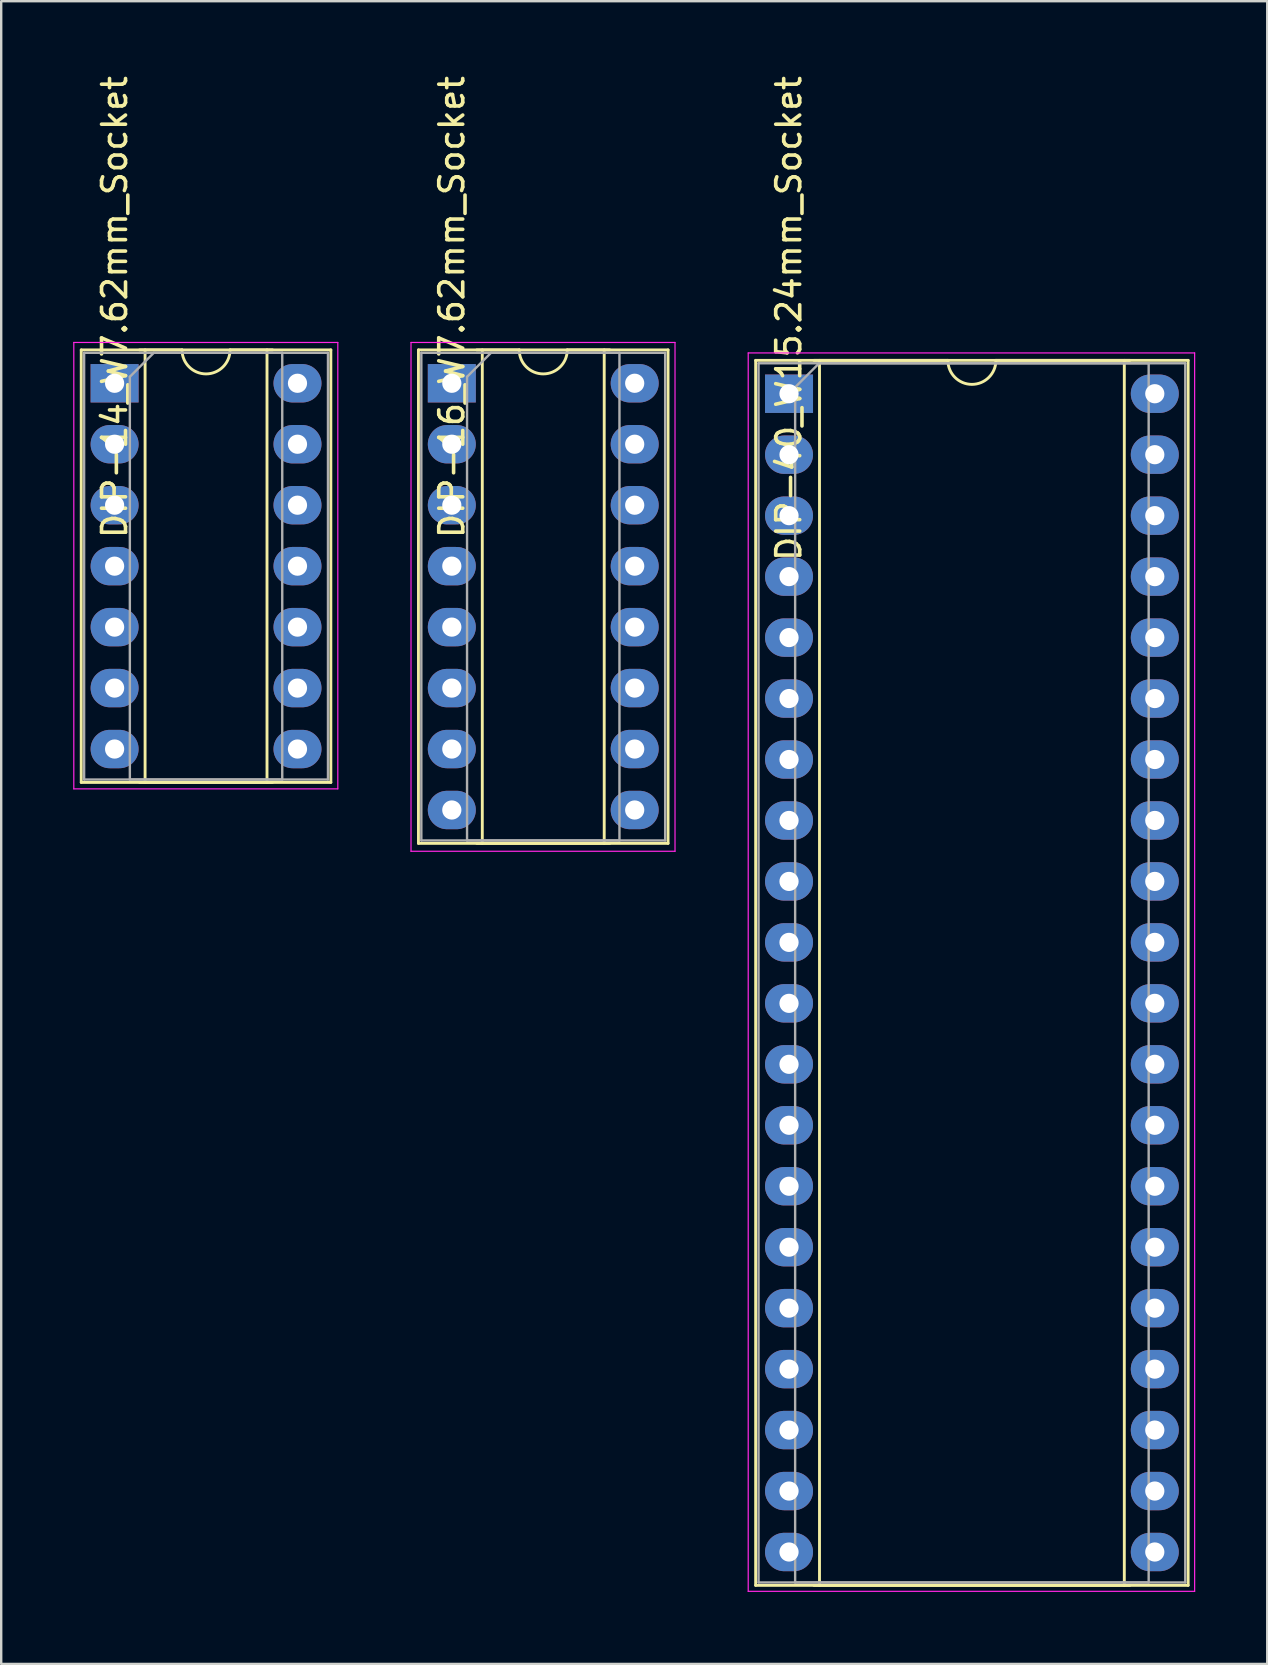
<source format=kicad_pcb>
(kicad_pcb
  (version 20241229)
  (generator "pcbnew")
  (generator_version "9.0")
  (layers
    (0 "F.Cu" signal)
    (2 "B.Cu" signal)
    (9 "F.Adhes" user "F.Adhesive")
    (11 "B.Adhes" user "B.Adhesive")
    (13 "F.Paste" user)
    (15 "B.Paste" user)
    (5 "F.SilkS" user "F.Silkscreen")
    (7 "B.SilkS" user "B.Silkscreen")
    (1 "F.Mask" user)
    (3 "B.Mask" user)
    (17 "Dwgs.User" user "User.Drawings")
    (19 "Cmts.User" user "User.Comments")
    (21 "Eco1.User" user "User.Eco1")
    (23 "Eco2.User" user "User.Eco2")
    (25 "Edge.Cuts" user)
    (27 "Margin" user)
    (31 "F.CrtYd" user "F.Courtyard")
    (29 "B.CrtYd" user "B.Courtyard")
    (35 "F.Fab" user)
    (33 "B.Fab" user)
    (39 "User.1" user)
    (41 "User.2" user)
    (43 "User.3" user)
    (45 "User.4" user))
  (footprint "DIP-40_W15.24mm_Socket"
    (layer "F.Cu")
    (at 29.825 13.355)
    (property "Reference" "DIP-40_W15.24mm_Socket" (at -0.01 -3.134 90) (layer "F.SilkS") (effects (font (size 1 1) (thickness 0.15))))
    (attr through_hole)
    (fp_line (start -1.39 -1.39) (end -1.39 49.65) (stroke (width 0.12) (type solid)) (layer "F.SilkS"))
    (fp_line (start -1.39 49.65) (end 16.63 49.65) (stroke (width 0.12) (type solid)) (layer "F.SilkS"))
    (fp_line (start 1.04 49.65) (end 14.2 49.65) (stroke (width 0.12) (type solid)) (layer "F.SilkS"))
    (fp_line (start 1.27 -1.39) (end 1.27 49.65) (stroke (width 0.12) (type solid)) (layer "F.SilkS"))
    (fp_line (start 6.62 -1.39) (end 1.04 -1.39) (stroke (width 0.12) (type solid)) (layer "F.SilkS"))
    (fp_line (start 13.97 49.65) (end 13.97 -1.39) (stroke (width 0.12) (type solid)) (layer "F.SilkS"))
    (fp_line (start 14.2 -1.39) (end 8.62 -1.39) (stroke (width 0.12) (type solid)) (layer "F.SilkS"))
    (fp_line (start 16.63 -1.39) (end -1.39 -1.39) (stroke (width 0.12) (type solid)) (layer "F.SilkS"))
    (fp_line (start 16.63 49.65) (end 16.63 -1.39) (stroke (width 0.12) (type solid)) (layer "F.SilkS"))
    (fp_arc (start 8.62 -1.39) (mid 7.62 -0.39) (end 6.62 -1.39) (stroke (width 0.12) (type solid)) (layer "F.SilkS"))
    (fp_line (start -1.7 -1.7) (end -1.7 49.9) (stroke (width 0.05) (type solid)) (layer "F.CrtYd"))
    (fp_line (start -1.7 49.9) (end 16.9 49.9) (stroke (width 0.05) (type solid)) (layer "F.CrtYd"))
    (fp_line (start 16.9 -1.7) (end -1.7 -1.7) (stroke (width 0.05) (type solid)) (layer "F.CrtYd"))
    (fp_line (start 16.9 49.9) (end 16.9 -1.7) (stroke (width 0.05) (type solid)) (layer "F.CrtYd"))
    (fp_line (start -1.27 -1.27) (end -1.27 49.53) (stroke (width 0.1) (type solid)) (layer "F.Fab"))
    (fp_line (start -1.27 49.53) (end 16.51 49.53) (stroke (width 0.1) (type solid)) (layer "F.Fab"))
    (fp_line (start 0.255 -0.27) (end 1.255 -1.27) (stroke (width 0.1) (type solid)) (layer "F.Fab"))
    (fp_line (start 0.255 49.53) (end 0.255 -0.27) (stroke (width 0.1) (type solid)) (layer "F.Fab"))
    (fp_line (start 1.255 -1.27) (end 14.985 -1.27) (stroke (width 0.1) (type solid)) (layer "F.Fab"))
    (fp_line (start 14.985 -1.27) (end 14.985 49.53) (stroke (width 0.1) (type solid)) (layer "F.Fab"))
    (fp_line (start 14.985 49.53) (end 0.255 49.53) (stroke (width 0.1) (type solid)) (layer "F.Fab"))
    (fp_line (start 16.51 -1.27) (end -1.27 -1.27) (stroke (width 0.1) (type solid)) (layer "F.Fab"))
    (fp_line (start 16.51 49.53) (end 16.51 -1.27) (stroke (width 0.1) (type solid)) (layer "F.Fab"))
    (pad "1" thru_hole rect (at 0 0) (size 2 1.6) (drill 0.8) (layers "*.Cu" "*.Mask"))
    (pad "2" thru_hole oval (at 0 2.54) (size 2 1.6) (drill 0.8) (layers "*.Cu" "*.Mask"))
    (pad "3" thru_hole oval (at 0 5.08) (size 2 1.6) (drill 0.8) (layers "*.Cu" "*.Mask"))
    (pad "4" thru_hole oval (at 0 7.62) (size 2 1.6) (drill 0.8) (layers "*.Cu" "*.Mask"))
    (pad "5" thru_hole oval (at 0 10.16) (size 2 1.6) (drill 0.8) (layers "*.Cu" "*.Mask"))
    (pad "6" thru_hole oval (at 0 12.7) (size 2 1.6) (drill 0.8) (layers "*.Cu" "*.Mask"))
    (pad "7" thru_hole oval (at 0 15.24) (size 2 1.6) (drill 0.8) (layers "*.Cu" "*.Mask"))
    (pad "8" thru_hole oval (at 0 17.78) (size 2 1.6) (drill 0.8) (layers "*.Cu" "*.Mask"))
    (pad "9" thru_hole oval (at 0 20.32) (size 2 1.6) (drill 0.8) (layers "*.Cu" "*.Mask"))
    (pad "10" thru_hole oval (at 0 22.86) (size 2 1.6) (drill 0.8) (layers "*.Cu" "*.Mask"))
    (pad "11" thru_hole oval (at 0 25.4) (size 2 1.6) (drill 0.8) (layers "*.Cu" "*.Mask"))
    (pad "12" thru_hole oval (at 0 27.94) (size 2 1.6) (drill 0.8) (layers "*.Cu" "*.Mask"))
    (pad "13" thru_hole oval (at 0 30.48) (size 2 1.6) (drill 0.8) (layers "*.Cu" "*.Mask"))
    (pad "14" thru_hole oval (at 0 33.02) (size 2 1.6) (drill 0.8) (layers "*.Cu" "*.Mask"))
    (pad "15" thru_hole oval (at 0 35.56) (size 2 1.6) (drill 0.8) (layers "*.Cu" "*.Mask"))
    (pad "16" thru_hole oval (at 0 38.1) (size 2 1.6) (drill 0.8) (layers "*.Cu" "*.Mask"))
    (pad "17" thru_hole oval (at 0 40.64) (size 2 1.6) (drill 0.8) (layers "*.Cu" "*.Mask"))
    (pad "18" thru_hole oval (at 0 43.18) (size 2 1.6) (drill 0.8) (layers "*.Cu" "*.Mask"))
    (pad "19" thru_hole oval (at 0 45.72) (size 2 1.6) (drill 0.8) (layers "*.Cu" "*.Mask"))
    (pad "20" thru_hole oval (at 0 48.26) (size 2 1.6) (drill 0.8) (layers "*.Cu" "*.Mask"))
    (pad "21" thru_hole oval (at 15.24 48.26) (size 2 1.6) (drill 0.8) (layers "*.Cu" "*.Mask"))
    (pad "22" thru_hole oval (at 15.24 45.72) (size 2 1.6) (drill 0.8) (layers "*.Cu" "*.Mask"))
    (pad "23" thru_hole oval (at 15.24 43.18) (size 2 1.6) (drill 0.8) (layers "*.Cu" "*.Mask"))
    (pad "24" thru_hole oval (at 15.24 40.64) (size 2 1.6) (drill 0.8) (layers "*.Cu" "*.Mask"))
    (pad "25" thru_hole oval (at 15.24 38.1) (size 2 1.6) (drill 0.8) (layers "*.Cu" "*.Mask"))
    (pad "26" thru_hole oval (at 15.24 35.56) (size 2 1.6) (drill 0.8) (layers "*.Cu" "*.Mask"))
    (pad "27" thru_hole oval (at 15.24 33.02) (size 2 1.6) (drill 0.8) (layers "*.Cu" "*.Mask"))
    (pad "28" thru_hole oval (at 15.24 30.48) (size 2 1.6) (drill 0.8) (layers "*.Cu" "*.Mask"))
    (pad "29" thru_hole oval (at 15.24 27.94) (size 2 1.6) (drill 0.8) (layers "*.Cu" "*.Mask"))
    (pad "30" thru_hole oval (at 15.24 25.4) (size 2 1.6) (drill 0.8) (layers "*.Cu" "*.Mask"))
    (pad "31" thru_hole oval (at 15.24 22.86) (size 2 1.6) (drill 0.8) (layers "*.Cu" "*.Mask"))
    (pad "32" thru_hole oval (at 15.24 20.32) (size 2 1.6) (drill 0.8) (layers "*.Cu" "*.Mask"))
    (pad "33" thru_hole oval (at 15.24 17.78) (size 2 1.6) (drill 0.8) (layers "*.Cu" "*.Mask"))
    (pad "34" thru_hole oval (at 15.24 15.24) (size 2 1.6) (drill 0.8) (layers "*.Cu" "*.Mask"))
    (pad "35" thru_hole oval (at 15.24 12.7) (size 2 1.6) (drill 0.8) (layers "*.Cu" "*.Mask"))
    (pad "36" thru_hole oval (at 15.24 10.16) (size 2 1.6) (drill 0.8) (layers "*.Cu" "*.Mask"))
    (pad "37" thru_hole oval (at 15.24 7.62) (size 2 1.6) (drill 0.8) (layers "*.Cu" "*.Mask"))
    (pad "38" thru_hole oval (at 15.24 5.08) (size 2 1.6) (drill 0.8) (layers "*.Cu" "*.Mask"))
    (pad "39" thru_hole oval (at 15.24 2.54) (size 2 1.6) (drill 0.8) (layers "*.Cu" "*.Mask"))
    (pad "40" thru_hole oval (at 15.24 0) (size 2 1.6) (drill 0.8) (layers "*.Cu" "*.Mask")))
  (footprint "DIP-14_W7.62mm_Socket"
    (layer "F.Cu")
    (at 1.725 12.919)
    (property "Reference" "DIP-14_W7.62mm_Socket" (at 0 -3.175 90) (layer "F.SilkS") (effects (font (size 1 1) (thickness 0.15))))
    (attr through_hole)
    (fp_line (start -1.39 -1.39) (end -1.39 16.63) (stroke (width 0.12) (type solid)) (layer "F.SilkS"))
    (fp_line (start -1.39 16.63) (end 9.01 16.63) (stroke (width 0.12) (type solid)) (layer "F.SilkS"))
    (fp_line (start 1.04 16.63) (end 6.58 16.63) (stroke (width 0.12) (type solid)) (layer "F.SilkS"))
    (fp_line (start 1.27 -1.39) (end 1.27 16.63) (stroke (width 0.12) (type solid)) (layer "F.SilkS"))
    (fp_line (start 2.81 -1.39) (end 1.04 -1.39) (stroke (width 0.12) (type solid)) (layer "F.SilkS"))
    (fp_line (start 6.35 16.63) (end 6.35 -1.39) (stroke (width 0.12) (type solid)) (layer "F.SilkS"))
    (fp_line (start 6.58 -1.39) (end 4.81 -1.39) (stroke (width 0.12) (type solid)) (layer "F.SilkS"))
    (fp_line (start 9.01 -1.39) (end -1.39 -1.39) (stroke (width 0.12) (type solid)) (layer "F.SilkS"))
    (fp_line (start 9.01 16.63) (end 9.01 -1.39) (stroke (width 0.12) (type solid)) (layer "F.SilkS"))
    (fp_arc (start 4.81 -1.39) (mid 3.81 -0.39) (end 2.81 -1.39) (stroke (width 0.12) (type solid)) (layer "F.SilkS"))
    (fp_line (start -1.7 -1.7) (end -1.7 16.9) (stroke (width 0.05) (type solid)) (layer "F.CrtYd"))
    (fp_line (start -1.7 16.9) (end 9.3 16.9) (stroke (width 0.05) (type solid)) (layer "F.CrtYd"))
    (fp_line (start 9.3 -1.7) (end -1.7 -1.7) (stroke (width 0.05) (type solid)) (layer "F.CrtYd"))
    (fp_line (start 9.3 16.9) (end 9.3 -1.7) (stroke (width 0.05) (type solid)) (layer "F.CrtYd"))
    (fp_line (start -1.27 -1.27) (end -1.27 16.51) (stroke (width 0.1) (type solid)) (layer "F.Fab"))
    (fp_line (start -1.27 16.51) (end 8.89 16.51) (stroke (width 0.1) (type solid)) (layer "F.Fab"))
    (fp_line (start 0.635 -0.27) (end 1.635 -1.27) (stroke (width 0.1) (type solid)) (layer "F.Fab"))
    (fp_line (start 0.635 16.51) (end 0.635 -0.27) (stroke (width 0.1) (type solid)) (layer "F.Fab"))
    (fp_line (start 1.635 -1.27) (end 6.985 -1.27) (stroke (width 0.1) (type solid)) (layer "F.Fab"))
    (fp_line (start 6.985 -1.27) (end 6.985 16.51) (stroke (width 0.1) (type solid)) (layer "F.Fab"))
    (fp_line (start 6.985 16.51) (end 0.635 16.51) (stroke (width 0.1) (type solid)) (layer "F.Fab"))
    (fp_line (start 8.89 -1.27) (end -1.27 -1.27) (stroke (width 0.1) (type solid)) (layer "F.Fab"))
    (fp_line (start 8.89 16.51) (end 8.89 -1.27) (stroke (width 0.1) (type solid)) (layer "F.Fab"))
    (pad "1" thru_hole rect (at 0 0) (size 2 1.6) (drill 0.8) (layers "*.Cu" "*.Mask"))
    (pad "2" thru_hole oval (at 0 2.54) (size 2 1.6) (drill 0.8) (layers "*.Cu" "*.Mask"))
    (pad "3" thru_hole oval (at 0 5.08) (size 2 1.6) (drill 0.8) (layers "*.Cu" "*.Mask"))
    (pad "4" thru_hole oval (at 0 7.62) (size 2 1.6) (drill 0.8) (layers "*.Cu" "*.Mask"))
    (pad "5" thru_hole oval (at 0 10.16) (size 2 1.6) (drill 0.8) (layers "*.Cu" "*.Mask"))
    (pad "6" thru_hole oval (at 0 12.7) (size 2 1.6) (drill 0.8) (layers "*.Cu" "*.Mask"))
    (pad "7" thru_hole oval (at 0 15.24) (size 2 1.6) (drill 0.8) (layers "*.Cu" "*.Mask"))
    (pad "8" thru_hole oval (at 7.62 15.24) (size 2 1.6) (drill 0.8) (layers "*.Cu" "*.Mask"))
    (pad "9" thru_hole oval (at 7.62 12.7) (size 2 1.6) (drill 0.8) (layers "*.Cu" "*.Mask"))
    (pad "10" thru_hole oval (at 7.62 10.16) (size 2 1.6) (drill 0.8) (layers "*.Cu" "*.Mask"))
    (pad "11" thru_hole oval (at 7.62 7.62) (size 2 1.6) (drill 0.8) (layers "*.Cu" "*.Mask"))
    (pad "12" thru_hole oval (at 7.62 5.08) (size 2 1.6) (drill 0.8) (layers "*.Cu" "*.Mask"))
    (pad "13" thru_hole oval (at 7.62 2.54) (size 2 1.6) (drill 0.8) (layers "*.Cu" "*.Mask"))
    (pad "14" thru_hole oval (at 7.62 0) (size 2 1.6) (drill 0.8) (layers "*.Cu" "*.Mask")))
  (footprint "DIP-16_W7.62mm_Socket"
    (layer "F.Cu")
    (at 15.775 12.919)
    (property "Reference" "DIP-16_W7.62mm_Socket" (at 0 -3.175 90) (layer "F.SilkS") (effects (font (size 1 1) (thickness 0.15))))
    (attr through_hole)
    (fp_line (start -1.39 -1.39) (end -1.39 19.17) (stroke (width 0.12) (type solid)) (layer "F.SilkS"))
    (fp_line (start -1.39 19.17) (end 9.01 19.17) (stroke (width 0.12) (type solid)) (layer "F.SilkS"))
    (fp_line (start 1.04 19.17) (end 6.58 19.17) (stroke (width 0.12) (type solid)) (layer "F.SilkS"))
    (fp_line (start 1.27 -1.39) (end 1.27 19.17) (stroke (width 0.12) (type solid)) (layer "F.SilkS"))
    (fp_line (start 2.81 -1.39) (end 1.04 -1.39) (stroke (width 0.12) (type solid)) (layer "F.SilkS"))
    (fp_line (start 6.35 19.17) (end 6.35 -1.39) (stroke (width 0.12) (type solid)) (layer "F.SilkS"))
    (fp_line (start 6.58 -1.39) (end 4.81 -1.39) (stroke (width 0.12) (type solid)) (layer "F.SilkS"))
    (fp_line (start 9.01 -1.39) (end -1.39 -1.39) (stroke (width 0.12) (type solid)) (layer "F.SilkS"))
    (fp_line (start 9.01 19.17) (end 9.01 -1.39) (stroke (width 0.12) (type solid)) (layer "F.SilkS"))
    (fp_arc (start 4.81 -1.39) (mid 3.81 -0.39) (end 2.81 -1.39) (stroke (width 0.12) (type solid)) (layer "F.SilkS"))
    (fp_line (start -1.7 -1.7) (end -1.7 19.5) (stroke (width 0.05) (type solid)) (layer "F.CrtYd"))
    (fp_line (start -1.7 19.5) (end 9.3 19.5) (stroke (width 0.05) (type solid)) (layer "F.CrtYd"))
    (fp_line (start 9.3 -1.7) (end -1.7 -1.7) (stroke (width 0.05) (type solid)) (layer "F.CrtYd"))
    (fp_line (start 9.3 19.5) (end 9.3 -1.7) (stroke (width 0.05) (type solid)) (layer "F.CrtYd"))
    (fp_line (start -1.27 -1.27) (end -1.27 19.05) (stroke (width 0.1) (type solid)) (layer "F.Fab"))
    (fp_line (start -1.27 19.05) (end 8.89 19.05) (stroke (width 0.1) (type solid)) (layer "F.Fab"))
    (fp_line (start 0.635 -0.27) (end 1.635 -1.27) (stroke (width 0.1) (type solid)) (layer "F.Fab"))
    (fp_line (start 0.635 19.05) (end 0.635 -0.27) (stroke (width 0.1) (type solid)) (layer "F.Fab"))
    (fp_line (start 1.635 -1.27) (end 6.985 -1.27) (stroke (width 0.1) (type solid)) (layer "F.Fab"))
    (fp_line (start 6.985 -1.27) (end 6.985 19.05) (stroke (width 0.1) (type solid)) (layer "F.Fab"))
    (fp_line (start 6.985 19.05) (end 0.635 19.05) (stroke (width 0.1) (type solid)) (layer "F.Fab"))
    (fp_line (start 8.89 -1.27) (end -1.27 -1.27) (stroke (width 0.1) (type solid)) (layer "F.Fab"))
    (fp_line (start 8.89 19.05) (end 8.89 -1.27) (stroke (width 0.1) (type solid)) (layer "F.Fab"))
    (pad "1" thru_hole rect (at 0 0) (size 2 1.6) (drill 0.8) (layers "*.Cu" "*.Mask"))
    (pad "2" thru_hole oval (at 0 2.54) (size 2 1.6) (drill 0.8) (layers "*.Cu" "*.Mask"))
    (pad "3" thru_hole oval (at 0 5.08) (size 2 1.6) (drill 0.8) (layers "*.Cu" "*.Mask"))
    (pad "4" thru_hole oval (at 0 7.62) (size 2 1.6) (drill 0.8) (layers "*.Cu" "*.Mask"))
    (pad "5" thru_hole oval (at 0 10.16) (size 2 1.6) (drill 0.8) (layers "*.Cu" "*.Mask"))
    (pad "6" thru_hole oval (at 0 12.7) (size 2 1.6) (drill 0.8) (layers "*.Cu" "*.Mask"))
    (pad "7" thru_hole oval (at 0 15.24) (size 2 1.6) (drill 0.8) (layers "*.Cu" "*.Mask"))
    (pad "8" thru_hole oval (at 0 17.78) (size 2 1.6) (drill 0.8) (layers "*.Cu" "*.Mask"))
    (pad "9" thru_hole oval (at 7.62 17.78) (size 2 1.6) (drill 0.8) (layers "*.Cu" "*.Mask"))
    (pad "10" thru_hole oval (at 7.62 15.24) (size 2 1.6) (drill 0.8) (layers "*.Cu" "*.Mask"))
    (pad "11" thru_hole oval (at 7.62 12.7) (size 2 1.6) (drill 0.8) (layers "*.Cu" "*.Mask"))
    (pad "12" thru_hole oval (at 7.62 10.16) (size 2 1.6) (drill 0.8) (layers "*.Cu" "*.Mask"))
    (pad "13" thru_hole oval (at 7.62 7.62) (size 2 1.6) (drill 0.8) (layers "*.Cu" "*.Mask"))
    (pad "14" thru_hole oval (at 7.62 5.08) (size 2 1.6) (drill 0.8) (layers "*.Cu" "*.Mask"))
    (pad "15" thru_hole oval (at 7.62 2.54) (size 2 1.6) (drill 0.8) (layers "*.Cu" "*.Mask"))
    (pad "16" thru_hole oval (at 7.62 0) (size 2 1.6) (drill 0.8) (layers "*.Cu" "*.Mask")))
  (gr_rect
    (start -3 -3)
    (end 49.75 66.28)
    (stroke (width 0.1) (type default))
    (fill no)
    (layer "Edge.Cuts")))
</source>
